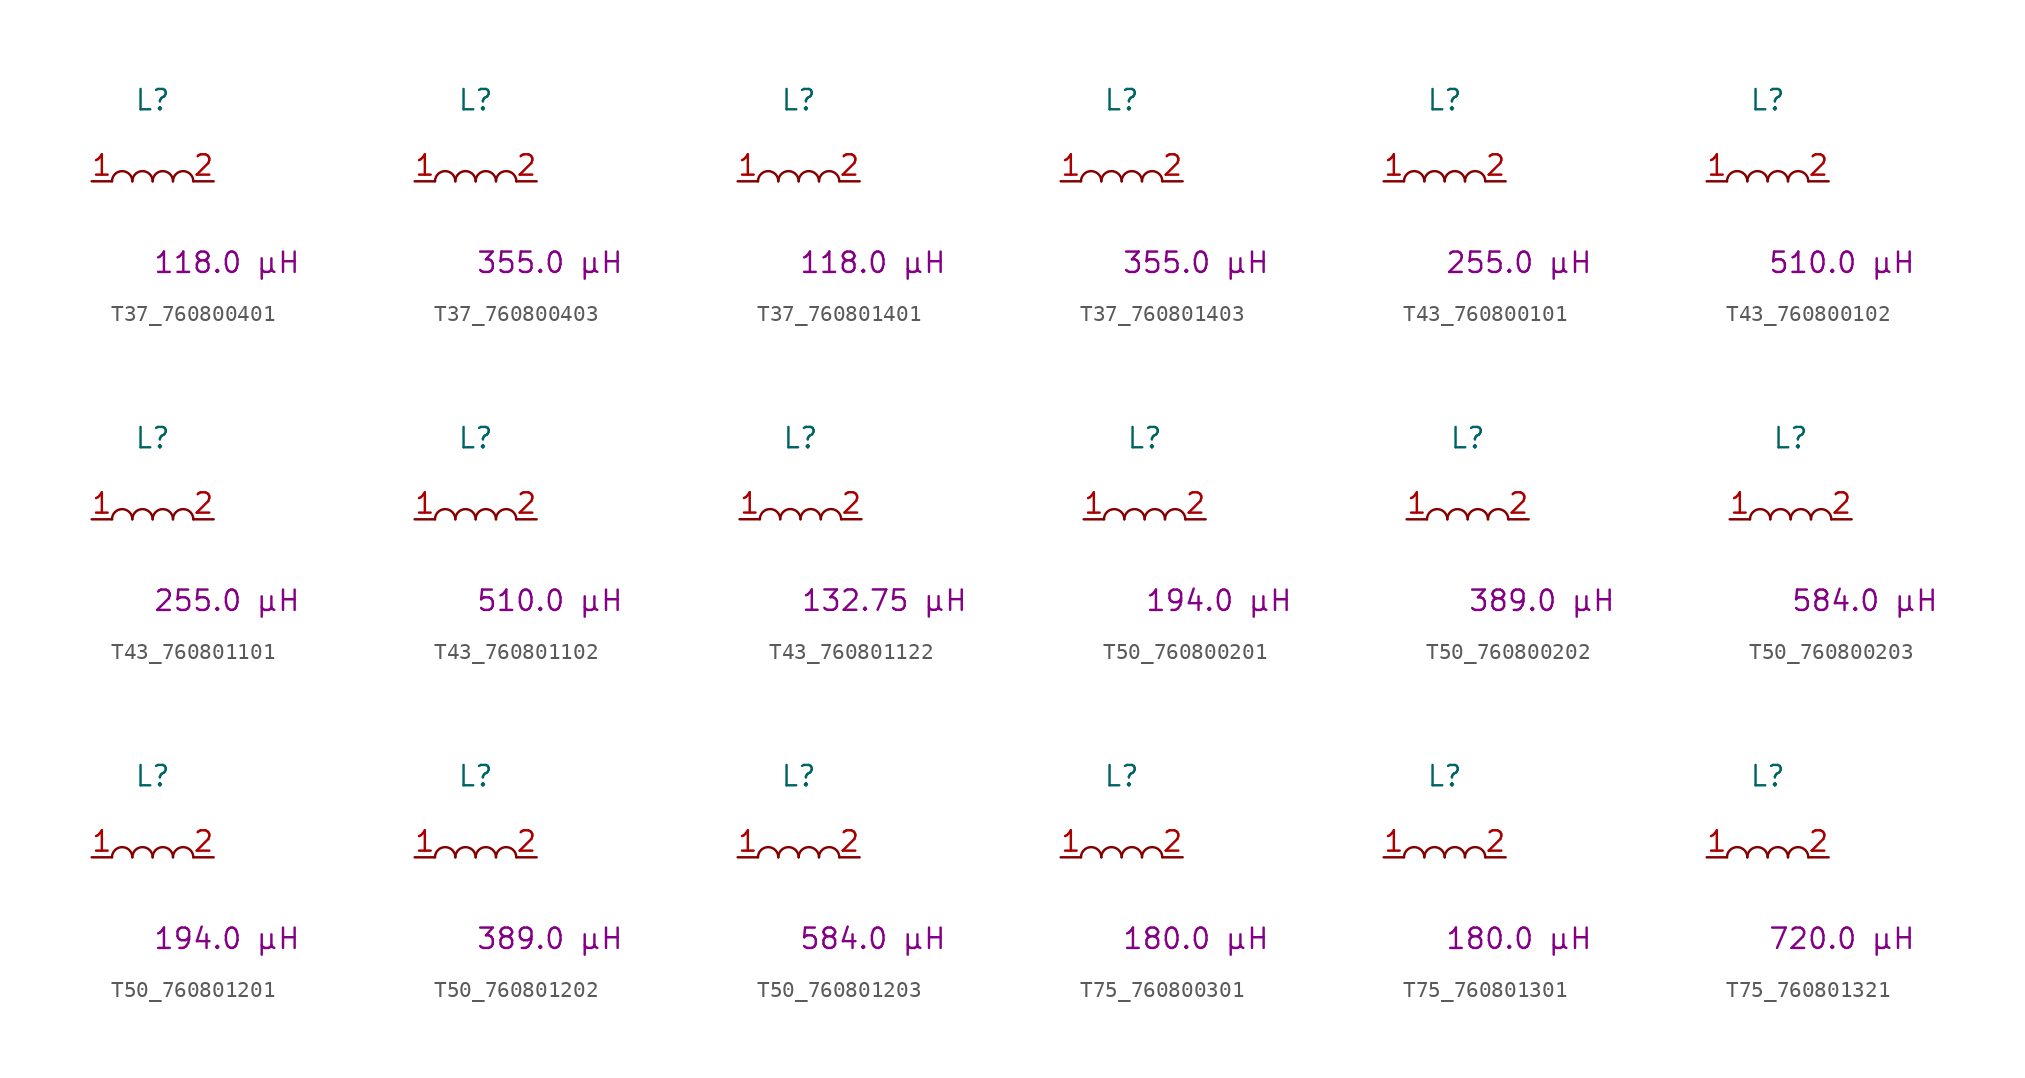
<source format=kicad_sym>
(kicad_symbol_lib
  (version 20220914)
  (generator kicad_symbol_editor)
  (symbol "T37_760800401"
    (pin_names hide)
    (property "Reference" "L"
      (at 0 5.08 0)
      (effects (font (size 1.27 1.27))))
    (property "Critical Parameter" "118.0 µH"
      (at 0 -5.08 0)
      (effects (font (size 1.27 1.27)) (justify left)))
    (symbol "T37_760800401_0_1"
      (arc (start -1.27 0) (mid -1.905 0.6323) (end -2.54 0) (stroke (width 0) (type default)) (fill (type none)))
      (arc (start 0 0) (mid -0.635 0.6323) (end -1.27 0) (stroke (width 0) (type default)) (fill (type none)))
      (arc (start 1.27 0) (mid 0.635 0.6323) (end 0 0) (stroke (width 0) (type default)) (fill (type none)))
      (arc (start 2.54 0) (mid 1.905 0.6323) (end 1.27 0) (stroke (width 0) (type default)) (fill (type none))))
    (symbol "T37_760800401_1_1"
      (pin passive line (at -3.81 0 0) (length 1.27) (name "1" (effects (font (size 1.27 1.27)))) (number "1" (effects (font (size 1.27 1.27)))))
      (pin passive line (at 3.81 0 180) (length 1.27) (name "2" (effects (font (size 1.27 1.27)))) (number "2" (effects (font (size 1.27 1.27)))))))
  (symbol "T37_760800403"
    (pin_names hide)
    (property "Reference" "L"
      (at 0 5.08 0)
      (effects (font (size 1.27 1.27))))
    (property "Critical Parameter" "355.0 µH"
      (at 0 -5.08 0)
      (effects (font (size 1.27 1.27)) (justify left)))
    (symbol "T37_760800403_0_1"
      (arc (start -1.27 0) (mid -1.905 0.6323) (end -2.54 0) (stroke (width 0) (type default)) (fill (type none)))
      (arc (start 0 0) (mid -0.635 0.6323) (end -1.27 0) (stroke (width 0) (type default)) (fill (type none)))
      (arc (start 1.27 0) (mid 0.635 0.6323) (end 0 0) (stroke (width 0) (type default)) (fill (type none)))
      (arc (start 2.54 0) (mid 1.905 0.6323) (end 1.27 0) (stroke (width 0) (type default)) (fill (type none))))
    (symbol "T37_760800403_1_1"
      (pin passive line (at -3.81 0 0) (length 1.27) (name "1" (effects (font (size 1.27 1.27)))) (number "1" (effects (font (size 1.27 1.27)))))
      (pin passive line (at 3.81 0 180) (length 1.27) (name "2" (effects (font (size 1.27 1.27)))) (number "2" (effects (font (size 1.27 1.27)))))))
  (symbol "T37_760801401"
    (pin_names hide)
    (property "Reference" "L"
      (at 0 5.08 0)
      (effects (font (size 1.27 1.27))))
    (property "Critical Parameter" "118.0 µH"
      (at 0 -5.08 0)
      (effects (font (size 1.27 1.27)) (justify left)))
    (symbol "T37_760801401_0_1"
      (arc (start -1.27 0) (mid -1.905 0.6323) (end -2.54 0) (stroke (width 0) (type default)) (fill (type none)))
      (arc (start 0 0) (mid -0.635 0.6323) (end -1.27 0) (stroke (width 0) (type default)) (fill (type none)))
      (arc (start 1.27 0) (mid 0.635 0.6323) (end 0 0) (stroke (width 0) (type default)) (fill (type none)))
      (arc (start 2.54 0) (mid 1.905 0.6323) (end 1.27 0) (stroke (width 0) (type default)) (fill (type none))))
    (symbol "T37_760801401_1_1"
      (pin passive line (at -3.81 0 0) (length 1.27) (name "1" (effects (font (size 1.27 1.27)))) (number "1" (effects (font (size 1.27 1.27)))))
      (pin passive line (at 3.81 0 180) (length 1.27) (name "2" (effects (font (size 1.27 1.27)))) (number "2" (effects (font (size 1.27 1.27)))))))
  (symbol "T37_760801403"
    (pin_names hide)
    (property "Reference" "L"
      (at 0 5.08 0)
      (effects (font (size 1.27 1.27))))
    (property "Critical Parameter" "355.0 µH"
      (at 0 -5.08 0)
      (effects (font (size 1.27 1.27)) (justify left)))
    (symbol "T37_760801403_0_1"
      (arc (start -1.27 0) (mid -1.905 0.6323) (end -2.54 0) (stroke (width 0) (type default)) (fill (type none)))
      (arc (start 0 0) (mid -0.635 0.6323) (end -1.27 0) (stroke (width 0) (type default)) (fill (type none)))
      (arc (start 1.27 0) (mid 0.635 0.6323) (end 0 0) (stroke (width 0) (type default)) (fill (type none)))
      (arc (start 2.54 0) (mid 1.905 0.6323) (end 1.27 0) (stroke (width 0) (type default)) (fill (type none))))
    (symbol "T37_760801403_1_1"
      (pin passive line (at -3.81 0 0) (length 1.27) (name "1" (effects (font (size 1.27 1.27)))) (number "1" (effects (font (size 1.27 1.27)))))
      (pin passive line (at 3.81 0 180) (length 1.27) (name "2" (effects (font (size 1.27 1.27)))) (number "2" (effects (font (size 1.27 1.27)))))))
  (symbol "T43_760800101"
    (pin_names hide)
    (property "Reference" "L"
      (at 0 5.08 0)
      (effects (font (size 1.27 1.27))))
    (property "Critical Parameter" "255.0 µH"
      (at 0 -5.08 0)
      (effects (font (size 1.27 1.27)) (justify left)))
    (symbol "T43_760800101_0_1"
      (arc (start -1.27 0) (mid -1.905 0.6323) (end -2.54 0) (stroke (width 0) (type default)) (fill (type none)))
      (arc (start 0 0) (mid -0.635 0.6323) (end -1.27 0) (stroke (width 0) (type default)) (fill (type none)))
      (arc (start 1.27 0) (mid 0.635 0.6323) (end 0 0) (stroke (width 0) (type default)) (fill (type none)))
      (arc (start 2.54 0) (mid 1.905 0.6323) (end 1.27 0) (stroke (width 0) (type default)) (fill (type none))))
    (symbol "T43_760800101_1_1"
      (pin passive line (at -3.81 0 0) (length 1.27) (name "1" (effects (font (size 1.27 1.27)))) (number "1" (effects (font (size 1.27 1.27)))))
      (pin passive line (at 3.81 0 180) (length 1.27) (name "2" (effects (font (size 1.27 1.27)))) (number "2" (effects (font (size 1.27 1.27)))))))
  (symbol "T43_760800102"
    (pin_names hide)
    (property "Reference" "L"
      (at 0 5.08 0)
      (effects (font (size 1.27 1.27))))
    (property "Critical Parameter" "510.0 µH"
      (at 0 -5.08 0)
      (effects (font (size 1.27 1.27)) (justify left)))
    (symbol "T43_760800102_0_1"
      (arc (start -1.27 0) (mid -1.905 0.6323) (end -2.54 0) (stroke (width 0) (type default)) (fill (type none)))
      (arc (start 0 0) (mid -0.635 0.6323) (end -1.27 0) (stroke (width 0) (type default)) (fill (type none)))
      (arc (start 1.27 0) (mid 0.635 0.6323) (end 0 0) (stroke (width 0) (type default)) (fill (type none)))
      (arc (start 2.54 0) (mid 1.905 0.6323) (end 1.27 0) (stroke (width 0) (type default)) (fill (type none))))
    (symbol "T43_760800102_1_1"
      (pin passive line (at -3.81 0 0) (length 1.27) (name "1" (effects (font (size 1.27 1.27)))) (number "1" (effects (font (size 1.27 1.27)))))
      (pin passive line (at 3.81 0 180) (length 1.27) (name "2" (effects (font (size 1.27 1.27)))) (number "2" (effects (font (size 1.27 1.27)))))))
  (symbol "T43_760801101"
    (pin_names hide)
    (property "Reference" "L"
      (at 0 5.08 0)
      (effects (font (size 1.27 1.27))))
    (property "Critical Parameter" "255.0 µH"
      (at 0 -5.08 0)
      (effects (font (size 1.27 1.27)) (justify left)))
    (symbol "T43_760801101_0_1"
      (arc (start -1.27 0) (mid -1.905 0.6323) (end -2.54 0) (stroke (width 0) (type default)) (fill (type none)))
      (arc (start 0 0) (mid -0.635 0.6323) (end -1.27 0) (stroke (width 0) (type default)) (fill (type none)))
      (arc (start 1.27 0) (mid 0.635 0.6323) (end 0 0) (stroke (width 0) (type default)) (fill (type none)))
      (arc (start 2.54 0) (mid 1.905 0.6323) (end 1.27 0) (stroke (width 0) (type default)) (fill (type none))))
    (symbol "T43_760801101_1_1"
      (pin passive line (at -3.81 0 0) (length 1.27) (name "1" (effects (font (size 1.27 1.27)))) (number "1" (effects (font (size 1.27 1.27)))))
      (pin passive line (at 3.81 0 180) (length 1.27) (name "2" (effects (font (size 1.27 1.27)))) (number "2" (effects (font (size 1.27 1.27)))))))
  (symbol "T43_760801102"
    (pin_names hide)
    (property "Reference" "L"
      (at 0 5.08 0)
      (effects (font (size 1.27 1.27))))
    (property "Critical Parameter" "510.0 µH"
      (at 0 -5.08 0)
      (effects (font (size 1.27 1.27)) (justify left)))
    (symbol "T43_760801102_0_1"
      (arc (start -1.27 0) (mid -1.905 0.6323) (end -2.54 0) (stroke (width 0) (type default)) (fill (type none)))
      (arc (start 0 0) (mid -0.635 0.6323) (end -1.27 0) (stroke (width 0) (type default)) (fill (type none)))
      (arc (start 1.27 0) (mid 0.635 0.6323) (end 0 0) (stroke (width 0) (type default)) (fill (type none)))
      (arc (start 2.54 0) (mid 1.905 0.6323) (end 1.27 0) (stroke (width 0) (type default)) (fill (type none))))
    (symbol "T43_760801102_1_1"
      (pin passive line (at -3.81 0 0) (length 1.27) (name "1" (effects (font (size 1.27 1.27)))) (number "1" (effects (font (size 1.27 1.27)))))
      (pin passive line (at 3.81 0 180) (length 1.27) (name "2" (effects (font (size 1.27 1.27)))) (number "2" (effects (font (size 1.27 1.27)))))))
  (symbol "T43_760801122"
    (pin_names hide)
    (property "Reference" "L"
      (at 0 5.08 0)
      (effects (font (size 1.27 1.27))))
    (property "Critical Parameter" "132.75 µH"
      (at 0 -5.08 0)
      (effects (font (size 1.27 1.27)) (justify left)))
    (symbol "T43_760801122_0_1"
      (arc (start -1.27 0) (mid -1.905 0.6323) (end -2.54 0) (stroke (width 0) (type default)) (fill (type none)))
      (arc (start 0 0) (mid -0.635 0.6323) (end -1.27 0) (stroke (width 0) (type default)) (fill (type none)))
      (arc (start 1.27 0) (mid 0.635 0.6323) (end 0 0) (stroke (width 0) (type default)) (fill (type none)))
      (arc (start 2.54 0) (mid 1.905 0.6323) (end 1.27 0) (stroke (width 0) (type default)) (fill (type none))))
    (symbol "T43_760801122_1_1"
      (pin passive line (at -3.81 0 0) (length 1.27) (name "1" (effects (font (size 1.27 1.27)))) (number "1" (effects (font (size 1.27 1.27)))))
      (pin passive line (at 3.81 0 180) (length 1.27) (name "2" (effects (font (size 1.27 1.27)))) (number "2" (effects (font (size 1.27 1.27)))))))
  (symbol "T50_760800201"
    (pin_names hide)
    (property "Reference" "L"
      (at 0 5.08 0)
      (effects (font (size 1.27 1.27))))
    (property "Critical Parameter" "194.0 µH"
      (at 0 -5.08 0)
      (effects (font (size 1.27 1.27)) (justify left)))
    (symbol "T50_760800201_0_1"
      (arc (start -1.27 0) (mid -1.905 0.6323) (end -2.54 0) (stroke (width 0) (type default)) (fill (type none)))
      (arc (start 0 0) (mid -0.635 0.6323) (end -1.27 0) (stroke (width 0) (type default)) (fill (type none)))
      (arc (start 1.27 0) (mid 0.635 0.6323) (end 0 0) (stroke (width 0) (type default)) (fill (type none)))
      (arc (start 2.54 0) (mid 1.905 0.6323) (end 1.27 0) (stroke (width 0) (type default)) (fill (type none))))
    (symbol "T50_760800201_1_1"
      (pin passive line (at -3.81 0 0) (length 1.27) (name "1" (effects (font (size 1.27 1.27)))) (number "1" (effects (font (size 1.27 1.27)))))
      (pin passive line (at 3.81 0 180) (length 1.27) (name "2" (effects (font (size 1.27 1.27)))) (number "2" (effects (font (size 1.27 1.27)))))))
  (symbol "T50_760800202"
    (pin_names hide)
    (property "Reference" "L"
      (at 0 5.08 0)
      (effects (font (size 1.27 1.27))))
    (property "Critical Parameter" "389.0 µH"
      (at 0 -5.08 0)
      (effects (font (size 1.27 1.27)) (justify left)))
    (symbol "T50_760800202_0_1"
      (arc (start -1.27 0) (mid -1.905 0.6323) (end -2.54 0) (stroke (width 0) (type default)) (fill (type none)))
      (arc (start 0 0) (mid -0.635 0.6323) (end -1.27 0) (stroke (width 0) (type default)) (fill (type none)))
      (arc (start 1.27 0) (mid 0.635 0.6323) (end 0 0) (stroke (width 0) (type default)) (fill (type none)))
      (arc (start 2.54 0) (mid 1.905 0.6323) (end 1.27 0) (stroke (width 0) (type default)) (fill (type none))))
    (symbol "T50_760800202_1_1"
      (pin passive line (at -3.81 0 0) (length 1.27) (name "1" (effects (font (size 1.27 1.27)))) (number "1" (effects (font (size 1.27 1.27)))))
      (pin passive line (at 3.81 0 180) (length 1.27) (name "2" (effects (font (size 1.27 1.27)))) (number "2" (effects (font (size 1.27 1.27)))))))
  (symbol "T50_760800203"
    (pin_names hide)
    (property "Reference" "L"
      (at 0 5.08 0)
      (effects (font (size 1.27 1.27))))
    (property "Critical Parameter" "584.0 µH"
      (at 0 -5.08 0)
      (effects (font (size 1.27 1.27)) (justify left)))
    (symbol "T50_760800203_0_1"
      (arc (start -1.27 0) (mid -1.905 0.6323) (end -2.54 0) (stroke (width 0) (type default)) (fill (type none)))
      (arc (start 0 0) (mid -0.635 0.6323) (end -1.27 0) (stroke (width 0) (type default)) (fill (type none)))
      (arc (start 1.27 0) (mid 0.635 0.6323) (end 0 0) (stroke (width 0) (type default)) (fill (type none)))
      (arc (start 2.54 0) (mid 1.905 0.6323) (end 1.27 0) (stroke (width 0) (type default)) (fill (type none))))
    (symbol "T50_760800203_1_1"
      (pin passive line (at -3.81 0 0) (length 1.27) (name "1" (effects (font (size 1.27 1.27)))) (number "1" (effects (font (size 1.27 1.27)))))
      (pin passive line (at 3.81 0 180) (length 1.27) (name "2" (effects (font (size 1.27 1.27)))) (number "2" (effects (font (size 1.27 1.27)))))))
  (symbol "T50_760801201"
    (pin_names hide)
    (property "Reference" "L"
      (at 0 5.08 0)
      (effects (font (size 1.27 1.27))))
    (property "Critical Parameter" "194.0 µH"
      (at 0 -5.08 0)
      (effects (font (size 1.27 1.27)) (justify left)))
    (symbol "T50_760801201_0_1"
      (arc (start -1.27 0) (mid -1.905 0.6323) (end -2.54 0) (stroke (width 0) (type default)) (fill (type none)))
      (arc (start 0 0) (mid -0.635 0.6323) (end -1.27 0) (stroke (width 0) (type default)) (fill (type none)))
      (arc (start 1.27 0) (mid 0.635 0.6323) (end 0 0) (stroke (width 0) (type default)) (fill (type none)))
      (arc (start 2.54 0) (mid 1.905 0.6323) (end 1.27 0) (stroke (width 0) (type default)) (fill (type none))))
    (symbol "T50_760801201_1_1"
      (pin passive line (at -3.81 0 0) (length 1.27) (name "1" (effects (font (size 1.27 1.27)))) (number "1" (effects (font (size 1.27 1.27)))))
      (pin passive line (at 3.81 0 180) (length 1.27) (name "2" (effects (font (size 1.27 1.27)))) (number "2" (effects (font (size 1.27 1.27)))))))
  (symbol "T50_760801202"
    (pin_names hide)
    (property "Reference" "L"
      (at 0 5.08 0)
      (effects (font (size 1.27 1.27))))
    (property "Critical Parameter" "389.0 µH"
      (at 0 -5.08 0)
      (effects (font (size 1.27 1.27)) (justify left)))
    (symbol "T50_760801202_0_1"
      (arc (start -1.27 0) (mid -1.905 0.6323) (end -2.54 0) (stroke (width 0) (type default)) (fill (type none)))
      (arc (start 0 0) (mid -0.635 0.6323) (end -1.27 0) (stroke (width 0) (type default)) (fill (type none)))
      (arc (start 1.27 0) (mid 0.635 0.6323) (end 0 0) (stroke (width 0) (type default)) (fill (type none)))
      (arc (start 2.54 0) (mid 1.905 0.6323) (end 1.27 0) (stroke (width 0) (type default)) (fill (type none))))
    (symbol "T50_760801202_1_1"
      (pin passive line (at -3.81 0 0) (length 1.27) (name "1" (effects (font (size 1.27 1.27)))) (number "1" (effects (font (size 1.27 1.27)))))
      (pin passive line (at 3.81 0 180) (length 1.27) (name "2" (effects (font (size 1.27 1.27)))) (number "2" (effects (font (size 1.27 1.27)))))))
  (symbol "T50_760801203"
    (pin_names hide)
    (property "Reference" "L"
      (at 0 5.08 0)
      (effects (font (size 1.27 1.27))))
    (property "Critical Parameter" "584.0 µH"
      (at 0 -5.08 0)
      (effects (font (size 1.27 1.27)) (justify left)))
    (symbol "T50_760801203_0_1"
      (arc (start -1.27 0) (mid -1.905 0.6323) (end -2.54 0) (stroke (width 0) (type default)) (fill (type none)))
      (arc (start 0 0) (mid -0.635 0.6323) (end -1.27 0) (stroke (width 0) (type default)) (fill (type none)))
      (arc (start 1.27 0) (mid 0.635 0.6323) (end 0 0) (stroke (width 0) (type default)) (fill (type none)))
      (arc (start 2.54 0) (mid 1.905 0.6323) (end 1.27 0) (stroke (width 0) (type default)) (fill (type none))))
    (symbol "T50_760801203_1_1"
      (pin passive line (at -3.81 0 0) (length 1.27) (name "1" (effects (font (size 1.27 1.27)))) (number "1" (effects (font (size 1.27 1.27)))))
      (pin passive line (at 3.81 0 180) (length 1.27) (name "2" (effects (font (size 1.27 1.27)))) (number "2" (effects (font (size 1.27 1.27)))))))
  (symbol "T75_760800301"
    (pin_names hide)
    (property "Reference" "L"
      (at 0 5.08 0)
      (effects (font (size 1.27 1.27))))
    (property "Critical Parameter" "180.0 µH"
      (at 0 -5.08 0)
      (effects (font (size 1.27 1.27)) (justify left)))
    (symbol "T75_760800301_0_1"
      (arc (start -1.27 0) (mid -1.905 0.6323) (end -2.54 0) (stroke (width 0) (type default)) (fill (type none)))
      (arc (start 0 0) (mid -0.635 0.6323) (end -1.27 0) (stroke (width 0) (type default)) (fill (type none)))
      (arc (start 1.27 0) (mid 0.635 0.6323) (end 0 0) (stroke (width 0) (type default)) (fill (type none)))
      (arc (start 2.54 0) (mid 1.905 0.6323) (end 1.27 0) (stroke (width 0) (type default)) (fill (type none))))
    (symbol "T75_760800301_1_1"
      (pin passive line (at -3.81 0 0) (length 1.27) (name "1" (effects (font (size 1.27 1.27)))) (number "1" (effects (font (size 1.27 1.27)))))
      (pin passive line (at 3.81 0 180) (length 1.27) (name "2" (effects (font (size 1.27 1.27)))) (number "2" (effects (font (size 1.27 1.27)))))))
  (symbol "T75_760801301"
    (pin_names hide)
    (property "Reference" "L"
      (at 0 5.08 0)
      (effects (font (size 1.27 1.27))))
    (property "Critical Parameter" "180.0 µH"
      (at 0 -5.08 0)
      (effects (font (size 1.27 1.27)) (justify left)))
    (symbol "T75_760801301_0_1"
      (arc (start -1.27 0) (mid -1.905 0.6323) (end -2.54 0) (stroke (width 0) (type default)) (fill (type none)))
      (arc (start 0 0) (mid -0.635 0.6323) (end -1.27 0) (stroke (width 0) (type default)) (fill (type none)))
      (arc (start 1.27 0) (mid 0.635 0.6323) (end 0 0) (stroke (width 0) (type default)) (fill (type none)))
      (arc (start 2.54 0) (mid 1.905 0.6323) (end 1.27 0) (stroke (width 0) (type default)) (fill (type none))))
    (symbol "T75_760801301_1_1"
      (pin passive line (at -3.81 0 0) (length 1.27) (name "1" (effects (font (size 1.27 1.27)))) (number "1" (effects (font (size 1.27 1.27)))))
      (pin passive line (at 3.81 0 180) (length 1.27) (name "2" (effects (font (size 1.27 1.27)))) (number "2" (effects (font (size 1.27 1.27)))))))
  (symbol "T75_760801321"
    (pin_names hide)
    (property "Reference" "L"
      (at 0 5.08 0)
      (effects (font (size 1.27 1.27))))
    (property "Critical Parameter" "720.0 µH"
      (at 0 -5.08 0)
      (effects (font (size 1.27 1.27)) (justify left)))
    (symbol "T75_760801321_0_1"
      (arc (start -1.27 0) (mid -1.905 0.6323) (end -2.54 0) (stroke (width 0) (type default)) (fill (type none)))
      (arc (start 0 0) (mid -0.635 0.6323) (end -1.27 0) (stroke (width 0) (type default)) (fill (type none)))
      (arc (start 1.27 0) (mid 0.635 0.6323) (end 0 0) (stroke (width 0) (type default)) (fill (type none)))
      (arc (start 2.54 0) (mid 1.905 0.6323) (end 1.27 0) (stroke (width 0) (type default)) (fill (type none))))
    (symbol "T75_760801321_1_1"
      (pin passive line (at -3.81 0 0) (length 1.27) (name "1" (effects (font (size 1.27 1.27)))) (number "1" (effects (font (size 1.27 1.27)))))
      (pin passive line (at 3.81 0 180) (length 1.27) (name "2" (effects (font (size 1.27 1.27)))) (number "2" (effects (font (size 1.27 1.27))))))))
</source>
